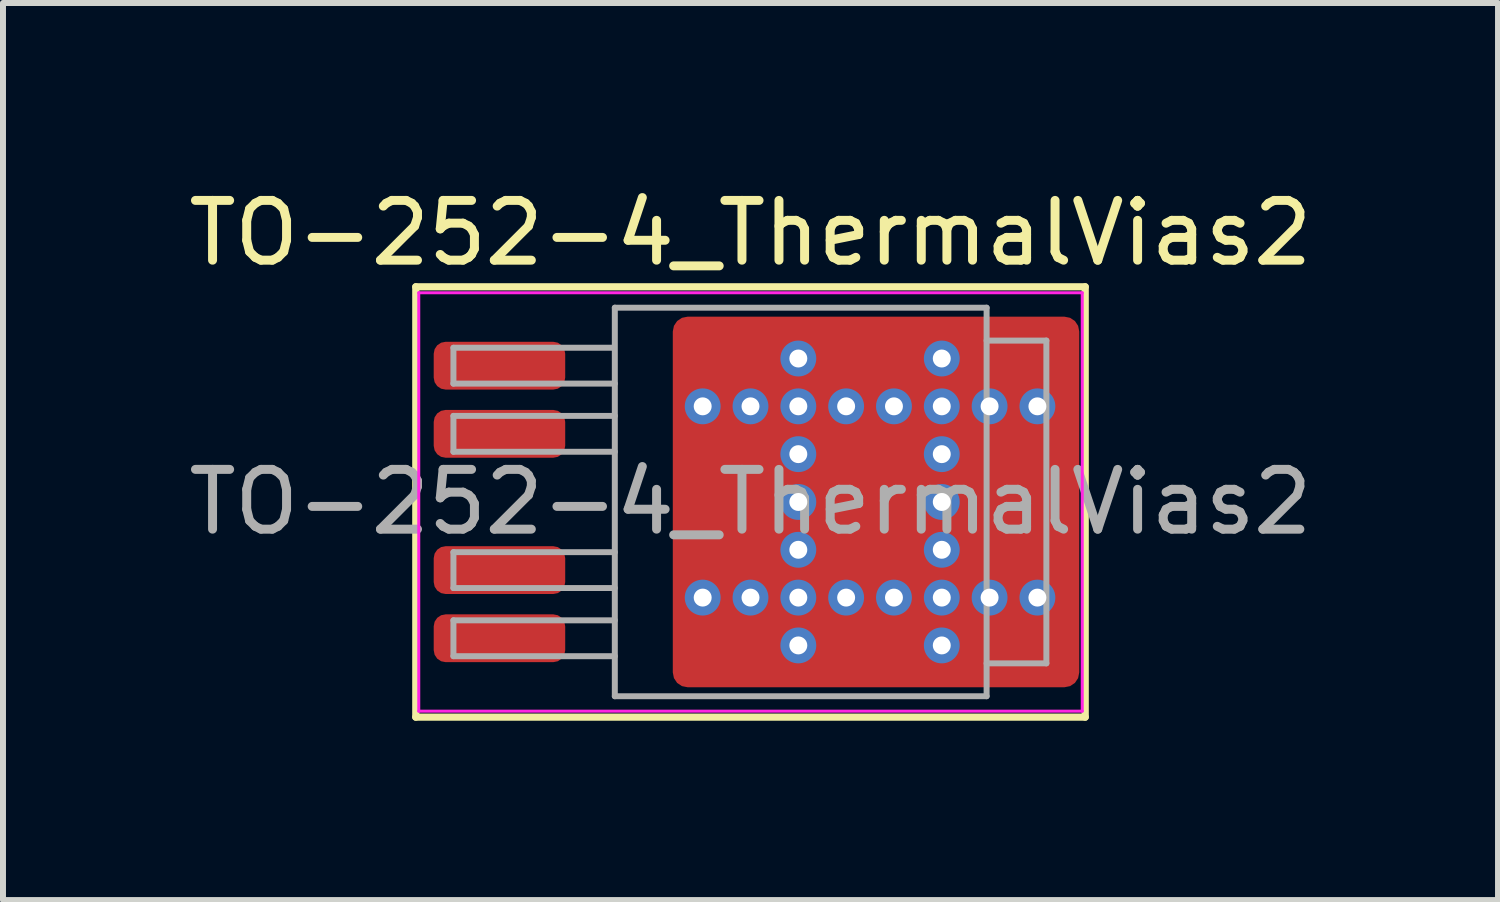
<source format=kicad_pcb>
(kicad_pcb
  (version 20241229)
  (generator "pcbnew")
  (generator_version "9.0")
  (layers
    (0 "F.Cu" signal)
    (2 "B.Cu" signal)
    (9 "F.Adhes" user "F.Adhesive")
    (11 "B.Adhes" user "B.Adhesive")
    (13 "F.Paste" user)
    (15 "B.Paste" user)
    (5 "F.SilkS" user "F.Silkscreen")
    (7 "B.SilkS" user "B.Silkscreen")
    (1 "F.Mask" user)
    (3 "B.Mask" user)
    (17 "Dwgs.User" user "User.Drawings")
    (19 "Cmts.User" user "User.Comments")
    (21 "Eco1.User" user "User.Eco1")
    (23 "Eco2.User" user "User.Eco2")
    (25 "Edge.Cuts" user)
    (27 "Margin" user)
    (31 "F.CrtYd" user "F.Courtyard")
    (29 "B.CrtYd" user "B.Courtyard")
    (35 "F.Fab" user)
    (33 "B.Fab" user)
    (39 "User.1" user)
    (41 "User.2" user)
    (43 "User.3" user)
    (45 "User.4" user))
  (footprint "TO-252-4_ThermalVias2"
    (layer "F.Cu")
    (at 9.506 5.348)
    (property "Reference" "TO-252-4_ThermalVias2" (at 0 -4.5 0) (layer "F.SilkS") (effects (font (size 1 1) (thickness 0.15))))
    (attr smd)
    (fp_line (start -5.6 -3.6) (end -5.6 3.6) (stroke (width 0.12) (type solid)) (layer "F.SilkS"))
    (fp_line (start -5.6 3.6) (end 5.6 3.6) (stroke (width 0.12) (type solid)) (layer "F.SilkS"))
    (fp_line (start 5.6 -3.6) (end -5.6 -3.6) (stroke (width 0.12) (type solid)) (layer "F.SilkS"))
    (fp_line (start 5.6 3.6) (end 5.6 -3.6) (stroke (width 0.12) (type solid)) (layer "F.SilkS"))
    (fp_line (start -5.55 -3.5) (end -5.55 3.5) (stroke (width 0.05) (type solid)) (layer "F.CrtYd"))
    (fp_line (start -5.55 3.5) (end 5.55 3.5) (stroke (width 0.05) (type solid)) (layer "F.CrtYd"))
    (fp_line (start 5.55 -3.5) (end -5.55 -3.5) (stroke (width 0.05) (type solid)) (layer "F.CrtYd"))
    (fp_line (start 5.55 3.5) (end 5.55 -3.5) (stroke (width 0.05) (type solid)) (layer "F.CrtYd"))
    (fp_line (start -4.97 -2.58) (end -4.97 -1.98) (stroke (width 0.1) (type solid)) (layer "F.Fab"))
    (fp_line (start -4.97 -1.98) (end -2.27 -1.98) (stroke (width 0.1) (type solid)) (layer "F.Fab"))
    (fp_line (start -4.97 -1.44) (end -4.97 -0.84) (stroke (width 0.1) (type solid)) (layer "F.Fab"))
    (fp_line (start -4.97 -0.84) (end -2.27 -0.84) (stroke (width 0.1) (type solid)) (layer "F.Fab"))
    (fp_line (start -4.97 0.84) (end -4.97 1.44) (stroke (width 0.1) (type solid)) (layer "F.Fab"))
    (fp_line (start -4.97 1.44) (end -2.27 1.44) (stroke (width 0.1) (type solid)) (layer "F.Fab"))
    (fp_line (start -4.97 1.98) (end -4.97 2.58) (stroke (width 0.1) (type solid)) (layer "F.Fab"))
    (fp_line (start -4.97 2.58) (end -2.27 2.58) (stroke (width 0.1) (type solid)) (layer "F.Fab"))
    (fp_line (start -2.3 -2.58) (end -4.97 -2.58) (stroke (width 0.1) (type solid)) (layer "F.Fab"))
    (fp_line (start -2.27 -3.25) (end 3.95 -3.25) (stroke (width 0.1) (type solid)) (layer "F.Fab"))
    (fp_line (start -2.27 -1.44) (end -4.97 -1.44) (stroke (width 0.1) (type solid)) (layer "F.Fab"))
    (fp_line (start -2.27 0.84) (end -4.97 0.84) (stroke (width 0.1) (type solid)) (layer "F.Fab"))
    (fp_line (start -2.27 1.98) (end -4.97 1.98) (stroke (width 0.1) (type solid)) (layer "F.Fab"))
    (fp_line (start -2.27 3.25) (end -2.27 -3.25) (stroke (width 0.1) (type solid)) (layer "F.Fab"))
    (fp_line (start 3.95 -3.25) (end 3.95 3.25) (stroke (width 0.1) (type solid)) (layer "F.Fab"))
    (fp_line (start 3.95 -2.7) (end 4.95 -2.7) (stroke (width 0.1) (type solid)) (layer "F.Fab"))
    (fp_line (start 3.95 3.25) (end -2.27 3.25) (stroke (width 0.1) (type solid)) (layer "F.Fab"))
    (fp_line (start 4.95 -2.7) (end 4.95 2.7) (stroke (width 0.1) (type solid)) (layer "F.Fab"))
    (fp_line (start 4.95 2.7) (end 3.95 2.7) (stroke (width 0.1) (type solid)) (layer "F.Fab"))
    (fp_text user "${REFERENCE}" (at 0 0 0) (layer "F.Fab") (effects (font (size 1 1) (thickness 0.15))))
    (pad "" smd roundrect (at -0.7 -2.4) (size 0.6 0.8) (layers "F.Paste") (roundrect_rratio 0.25))
    (pad "" smd roundrect (at -0.7 -0.875) (size 0.6 0.65) (layers "F.Paste") (roundrect_rratio 0.25))
    (pad "" smd roundrect (at -0.7 0) (size 0.6 0.7) (layers "F.Paste") (roundrect_rratio 0.25))
    (pad "" smd roundrect (at -0.7 0.875) (size 0.6 0.65) (layers "F.Paste") (roundrect_rratio 0.25))
    (pad "" smd roundrect (at -0.7 2.4) (size 0.6 0.8) (layers "F.Paste") (roundrect_rratio 0.25))
    (pad "" smd roundrect (at -0.3 -2.4 90) (size 1 1.6) (layers "F.Mask") (roundrect_rratio 0.25))
    (pad "" smd roundrect (at -0.3 0 90) (size 2.6 1.6) (layers "F.Mask") (roundrect_rratio 0.156))
    (pad "" smd roundrect (at -0.3 2.4 90) (size 1 1.6) (layers "F.Mask") (roundrect_rratio 0.25))
    (pad "" smd roundrect (at 0.1 -2.4) (size 0.6 0.8) (layers "F.Paste") (roundrect_rratio 0.25))
    (pad "" smd roundrect (at 0.1 -0.875) (size 0.6 0.65) (layers "F.Paste") (roundrect_rratio 0.25))
    (pad "" smd roundrect (at 0.1 0) (size 0.6 0.7) (layers "F.Paste") (roundrect_rratio 0.25))
    (pad "" smd roundrect (at 0.1 0.875) (size 0.6 0.65) (layers "F.Paste") (roundrect_rratio 0.25))
    (pad "" smd roundrect (at 0.1 2.4) (size 0.6 0.8) (layers "F.Paste") (roundrect_rratio 0.25))
    (pad "" smd roundrect (at 1.575 -2.4) (size 0.65 0.8) (layers "F.Paste") (roundrect_rratio 0.25))
    (pad "" smd roundrect (at 1.575 -0.875) (size 0.65 0.65) (layers "F.Paste") (roundrect_rratio 0.25))
    (pad "" smd roundrect (at 1.575 0) (size 0.65 0.7) (layers "F.Paste") (roundrect_rratio 0.25))
    (pad "" smd roundrect (at 1.575 0.875) (size 0.65 0.65) (layers "F.Paste") (roundrect_rratio 0.25))
    (pad "" smd roundrect (at 1.575 2.4) (size 0.65 0.8) (layers "F.Paste") (roundrect_rratio 0.25))
    (pad "" smd roundrect (at 2 -2.4 90) (size 1 1.8) (layers "F.Mask") (roundrect_rratio 0.25))
    (pad "" smd roundrect (at 2 0 90) (size 2.6 1.8) (layers "F.Mask") (roundrect_rratio 0.139))
    (pad "" smd roundrect (at 2 2.4 90) (size 1 1.8) (layers "F.Mask") (roundrect_rratio 0.25))
    (pad "" smd roundrect (at 2.425 -2.4) (size 0.65 0.8) (layers "F.Paste") (roundrect_rratio 0.25))
    (pad "" smd roundrect (at 2.425 -0.875) (size 0.65 0.65) (layers "F.Paste") (roundrect_rratio 0.25))
    (pad "" smd roundrect (at 2.425 0) (size 0.65 0.7) (layers "F.Paste") (roundrect_rratio 0.25))
    (pad "" smd roundrect (at 2.425 0.875) (size 0.65 0.65) (layers "F.Paste") (roundrect_rratio 0.25))
    (pad "" smd roundrect (at 2.425 2.4) (size 0.65 0.8) (layers "F.Paste") (roundrect_rratio 0.25))
    (pad "" smd roundrect (at 3.975 -2.4) (size 0.65 0.8) (layers "F.Paste") (roundrect_rratio 0.25))
    (pad "" smd roundrect (at 3.975 -0.875) (size 0.65 0.65) (layers "F.Paste") (roundrect_rratio 0.25))
    (pad "" smd roundrect (at 3.975 0) (size 0.65 0.7) (layers "F.Paste") (roundrect_rratio 0.25))
    (pad "" smd roundrect (at 3.975 0.875) (size 0.65 0.65) (layers "F.Paste") (roundrect_rratio 0.25))
    (pad "" smd roundrect (at 3.975 2.4) (size 0.65 0.8) (layers "F.Paste") (roundrect_rratio 0.25))
    (pad "" smd roundrect (at 4.4 -2.4 90) (size 1 1.8) (layers "F.Mask") (roundrect_rratio 0.25))
    (pad "" smd roundrect (at 4.4 0 90) (size 2.6 1.8) (layers "F.Mask") (roundrect_rratio 0.139))
    (pad "" smd roundrect (at 4.4 2.4 90) (size 1 1.8) (layers "F.Mask") (roundrect_rratio 0.25))
    (pad "" smd roundrect (at 4.825 -2.4) (size 0.65 0.8) (layers "F.Paste") (roundrect_rratio 0.25))
    (pad "" smd roundrect (at 4.825 -0.875) (size 0.65 0.65) (layers "F.Paste") (roundrect_rratio 0.25))
    (pad "" smd roundrect (at 4.825 0) (size 0.65 0.7) (layers "F.Paste") (roundrect_rratio 0.25))
    (pad "" smd roundrect (at 4.825 0.875) (size 0.65 0.65) (layers "F.Paste") (roundrect_rratio 0.25))
    (pad "" smd roundrect (at 4.825 2.4) (size 0.65 0.8) (layers "F.Paste") (roundrect_rratio 0.25))
    (pad "1" smd roundrect (at -4.2 -2.28) (size 2.2 0.8) (layers "F.Cu" "F.Mask" "F.Paste") (roundrect_rratio 0.25))
    (pad "2" smd roundrect (at -4.2 -1.14) (size 2.2 0.8) (layers "F.Cu" "F.Mask" "F.Paste") (roundrect_rratio 0.25))
    (pad "3" thru_hole circle (at -0.8 -1.6) (size 0.6 0.6) (drill 0.3) (property pad_prop_heatsink) (layers "*.Cu" "*.Mask"))
    (pad "3" thru_hole circle (at -0.8 1.6) (size 0.6 0.6) (drill 0.3) (property pad_prop_heatsink) (layers "*.Cu" "*.Mask"))
    (pad "3" thru_hole circle (at 0 -1.6) (size 0.6 0.6) (drill 0.3) (property pad_prop_heatsink) (layers "*.Cu" "*.Mask"))
    (pad "3" thru_hole circle (at 0 1.6) (size 0.6 0.6) (drill 0.3) (property pad_prop_heatsink) (layers "*.Cu" "*.Mask"))
    (pad "3" thru_hole circle (at 0.8 -2.4) (size 0.6 0.6) (drill 0.3) (property pad_prop_heatsink) (layers "*.Cu" "*.Mask"))
    (pad "3" thru_hole circle (at 0.8 -1.6) (size 0.6 0.6) (drill 0.3) (property pad_prop_heatsink) (layers "*.Cu" "*.Mask"))
    (pad "3" thru_hole circle (at 0.8 -0.8) (size 0.6 0.6) (drill 0.3) (property pad_prop_heatsink) (layers "*.Cu" "*.Mask"))
    (pad "3" thru_hole circle (at 0.8 0) (size 0.6 0.6) (drill 0.3) (property pad_prop_heatsink) (layers "*.Cu" "*.Mask"))
    (pad "3" thru_hole circle (at 0.8 0.8) (size 0.6 0.6) (drill 0.3) (property pad_prop_heatsink) (layers "*.Cu" "*.Mask"))
    (pad "3" thru_hole circle (at 0.8 1.6) (size 0.6 0.6) (drill 0.3) (property pad_prop_heatsink) (layers "*.Cu" "*.Mask"))
    (pad "3" thru_hole circle (at 0.8 2.4) (size 0.6 0.6) (drill 0.3) (property pad_prop_heatsink) (layers "*.Cu" "*.Mask"))
    (pad "3" thru_hole circle (at 1.6 -1.6) (size 0.6 0.6) (drill 0.3) (property pad_prop_heatsink) (layers "*.Cu" "*.Mask"))
    (pad "3" thru_hole circle (at 1.6 1.6) (size 0.6 0.6) (drill 0.3) (property pad_prop_heatsink) (layers "*.Cu" "*.Mask"))
    (pad "3" smd roundrect (at 2.1 0) (size 6.8 6.2) (layers "F.Cu") (roundrect_rratio 0.04))
    (pad "3" thru_hole circle (at 2.4 -1.6) (size 0.6 0.6) (drill 0.3) (property pad_prop_heatsink) (layers "*.Cu" "*.Mask"))
    (pad "3" thru_hole circle (at 2.4 1.6) (size 0.6 0.6) (drill 0.3) (property pad_prop_heatsink) (layers "*.Cu" "*.Mask"))
    (pad "3" thru_hole circle (at 3.2 -2.4) (size 0.6 0.6) (drill 0.3) (property pad_prop_heatsink) (layers "*.Cu" "*.Mask"))
    (pad "3" thru_hole circle (at 3.2 -1.6) (size 0.6 0.6) (drill 0.3) (property pad_prop_heatsink) (layers "*.Cu" "*.Mask"))
    (pad "3" thru_hole circle (at 3.2 -0.8) (size 0.6 0.6) (drill 0.3) (property pad_prop_heatsink) (layers "*.Cu" "*.Mask"))
    (pad "3" thru_hole circle (at 3.2 0) (size 0.6 0.6) (drill 0.3) (property pad_prop_heatsink) (layers "*.Cu" "*.Mask"))
    (pad "3" thru_hole circle (at 3.2 0.8) (size 0.6 0.6) (drill 0.3) (property pad_prop_heatsink) (layers "*.Cu" "*.Mask"))
    (pad "3" thru_hole circle (at 3.2 1.6) (size 0.6 0.6) (drill 0.3) (property pad_prop_heatsink) (layers "*.Cu" "*.Mask"))
    (pad "3" thru_hole circle (at 3.2 2.4) (size 0.6 0.6) (drill 0.3) (property pad_prop_heatsink) (layers "*.Cu" "*.Mask"))
    (pad "3" thru_hole circle (at 4 -1.6) (size 0.6 0.6) (drill 0.3) (property pad_prop_heatsink) (layers "*.Cu" "*.Mask"))
    (pad "3" thru_hole circle (at 4 1.6) (size 0.6 0.6) (drill 0.3) (property pad_prop_heatsink) (layers "*.Cu" "*.Mask"))
    (pad "3" thru_hole circle (at 4.8 -1.6) (size 0.6 0.6) (drill 0.3) (property pad_prop_heatsink) (layers "*.Cu" "*.Mask"))
    (pad "3" thru_hole circle (at 4.8 1.6) (size 0.6 0.6) (drill 0.3) (property pad_prop_heatsink) (layers "*.Cu" "*.Mask"))
    (pad "4" smd roundrect (at -4.2 1.14) (size 2.2 0.8) (layers "F.Cu" "F.Mask" "F.Paste") (roundrect_rratio 0.25))
    (pad "5" smd roundrect (at -4.2 2.28) (size 2.2 0.8) (layers "F.Cu" "F.Mask" "F.Paste") (roundrect_rratio 0.25)))
  (gr_rect
    (start -3 -3)
    (end 22.012 12.008)
    (stroke (width 0.1) (type default))
    (fill no)
    (layer "Edge.Cuts")))
</source>
